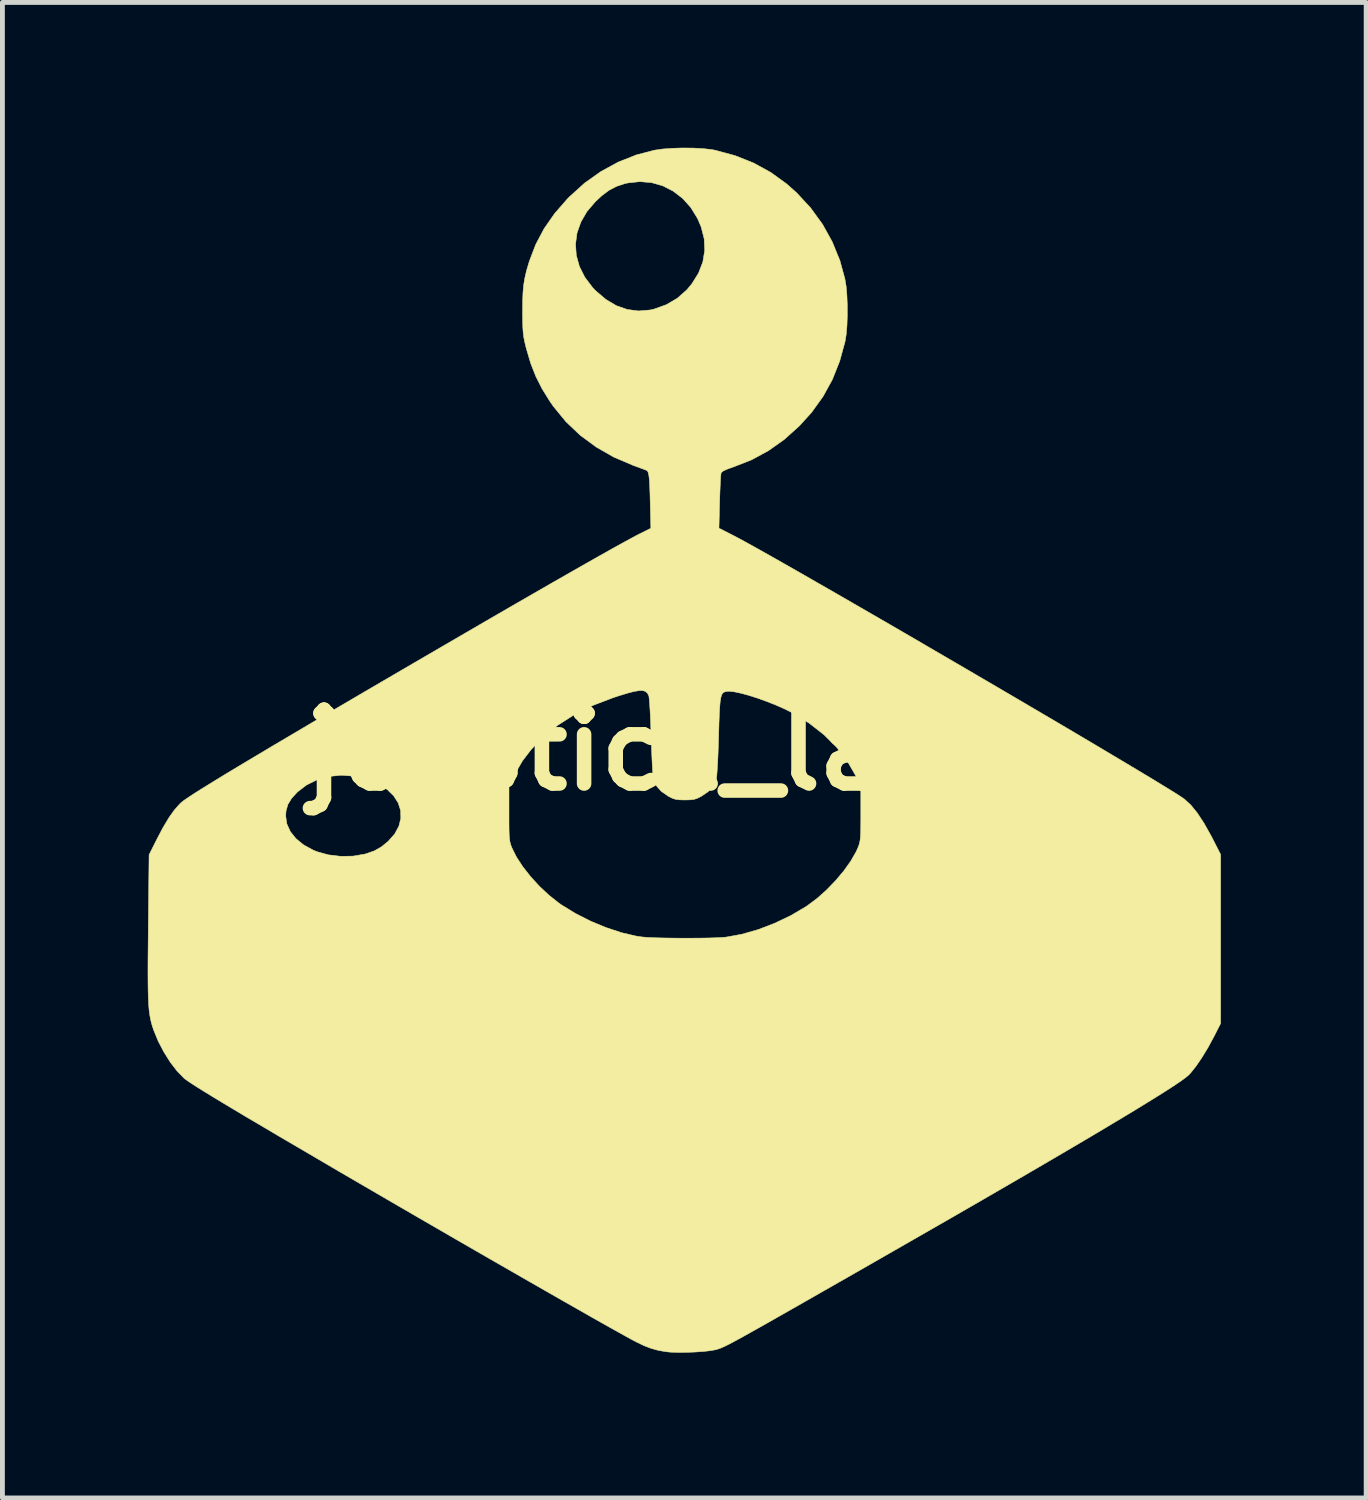
<source format=kicad_pcb>
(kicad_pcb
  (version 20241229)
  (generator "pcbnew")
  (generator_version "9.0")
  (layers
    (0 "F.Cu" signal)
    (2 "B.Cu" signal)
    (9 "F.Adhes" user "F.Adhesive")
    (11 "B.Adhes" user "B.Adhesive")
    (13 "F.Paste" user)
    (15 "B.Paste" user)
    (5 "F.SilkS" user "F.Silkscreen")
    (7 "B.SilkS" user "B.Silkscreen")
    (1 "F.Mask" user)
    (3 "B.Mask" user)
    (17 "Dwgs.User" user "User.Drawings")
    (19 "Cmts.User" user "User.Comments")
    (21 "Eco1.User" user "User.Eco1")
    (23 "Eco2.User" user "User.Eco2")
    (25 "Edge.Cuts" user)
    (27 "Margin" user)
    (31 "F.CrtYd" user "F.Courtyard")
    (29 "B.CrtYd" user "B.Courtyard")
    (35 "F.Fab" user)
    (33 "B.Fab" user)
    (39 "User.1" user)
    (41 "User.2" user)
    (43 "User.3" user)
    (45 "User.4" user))
  (footprint "joystick_large"
    (layer "F.Cu")
    (at 11.078 12.438)
    (property "Reference" "joystick_large" (at 0 0 0) (layer "F.SilkS") (effects (font (size 1.524 1.524) (thickness 0.3))))
    (attr through_hole)
    (fp_poly (pts (xy 0.179 -12.431) (xy 0.385 -12.42) (xy 0.562 -12.4) (xy 0.635 -12.387) (xy 1.046 -12.276) (xy 1.429 -12.124) (xy 1.785 -11.929) (xy 2.114 -11.691) (xy 2.32 -11.508) (xy 2.609 -11.195) (xy 2.855 -10.857) (xy 3.056 -10.494) (xy 3.213 -10.109) (xy 3.317 -9.728) (xy 3.342 -9.576) (xy 3.358 -9.389) (xy 3.366 -9.182) (xy 3.366 -8.968) (xy 3.359 -8.762) (xy 3.343 -8.579) (xy 3.321 -8.441) (xy 3.209 -8.032) (xy 3.058 -7.652) (xy 2.864 -7.3) (xy 2.628 -6.972) (xy 2.376 -6.694) (xy 2.064 -6.414) (xy 1.735 -6.181) (xy 1.388 -5.993) (xy 1.03 -5.853) (xy 0.895 -5.805) (xy 0.807 -5.765) (xy 0.765 -5.731) (xy 0.761 -5.724) (xy 0.755 -5.685) (xy 0.749 -5.604) (xy 0.743 -5.489) (xy 0.737 -5.347) (xy 0.731 -5.187) (xy 0.73 -5.13) (xy 0.716 -4.583) (xy 0.999 -4.439) (xy 1.106 -4.383) (xy 1.252 -4.304) (xy 1.433 -4.204) (xy 1.647 -4.084) (xy 1.892 -3.946) (xy 2.164 -3.791) (xy 2.462 -3.621) (xy 2.782 -3.437) (xy 3.122 -3.242) (xy 3.479 -3.036) (xy 3.851 -2.821) (xy 4.235 -2.599) (xy 4.628 -2.371) (xy 5.027 -2.138) (xy 5.43 -1.903) (xy 5.835 -1.667) (xy 6.238 -1.431) (xy 6.638 -1.197) (xy 7.03 -0.967) (xy 7.414 -0.741) (xy 7.785 -0.523) (xy 8.142 -0.312) (xy 8.481 -0.111) (xy 8.8 0.079) (xy 9.097 0.256) (xy 9.369 0.419) (xy 9.613 0.565) (xy 9.826 0.695) (xy 10.006 0.805) (xy 10.151 0.895) (xy 10.256 0.963) (xy 10.321 1.007) (xy 10.325 1.01) (xy 10.457 1.131) (xy 10.592 1.297) (xy 10.732 1.51) (xy 10.878 1.771) (xy 10.897 1.807) (xy 11.074 2.154) (xy 11.074 3.898) (xy 11.074 5.643) (xy 10.936 5.914) (xy 10.812 6.143) (xy 10.686 6.35) (xy 10.565 6.527) (xy 10.453 6.667) (xy 10.415 6.707) (xy 10.351 6.761) (xy 10.243 6.839) (xy 10.092 6.941) (xy 9.897 7.066) (xy 9.657 7.216) (xy 9.374 7.39) (xy 9.047 7.588) (xy 8.676 7.81) (xy 8.26 8.057) (xy 7.801 8.327) (xy 7.297 8.622) (xy 6.749 8.941) (xy 6.157 9.284) (xy 5.521 9.651) (xy 4.84 10.042) (xy 4.114 10.458) (xy 3.345 10.899) (xy 2.883 11.162) (xy 2.535 11.361) (xy 2.228 11.536) (xy 1.96 11.688) (xy 1.727 11.821) (xy 1.526 11.934) (xy 1.355 12.03) (xy 1.212 12.11) (xy 1.091 12.176) (xy 0.992 12.23) (xy 0.911 12.272) (xy 0.846 12.304) (xy 0.792 12.329) (xy 0.749 12.347) (xy 0.711 12.361) (xy 0.678 12.371) (xy 0.645 12.38) (xy 0.635 12.382) (xy 0.525 12.401) (xy 0.378 12.417) (xy 0.21 12.428) (xy 0.034 12.434) (xy -0.135 12.435) (xy -0.283 12.43) (xy -0.376 12.421) (xy -0.536 12.393) (xy -0.681 12.353) (xy -0.829 12.297) (xy -0.993 12.218) (xy -1.099 12.162) (xy -1.24 12.084) (xy -1.422 11.983) (xy -1.641 11.86) (xy -1.893 11.718) (xy -2.175 11.557) (xy -2.483 11.382) (xy -2.815 11.192) (xy -3.166 10.991) (xy -3.533 10.78) (xy -3.913 10.562) (xy -4.302 10.338) (xy -4.697 10.11) (xy -5.094 9.88) (xy -5.49 9.651) (xy -5.881 9.424) (xy -6.264 9.201) (xy -6.604 9.003) (xy -7.109 8.709) (xy -7.571 8.438) (xy -7.992 8.191) (xy -8.373 7.968) (xy -8.716 7.765) (xy -9.022 7.585) (xy -9.292 7.424) (xy -9.527 7.283) (xy -9.73 7.16) (xy -9.901 7.055) (xy -10.043 6.967) (xy -10.155 6.895) (xy -10.241 6.838) (xy -10.3 6.796) (xy -10.329 6.773) (xy -10.472 6.626) (xy -10.614 6.441) (xy -10.746 6.23) (xy -10.863 6.006) (xy -10.955 5.781) (xy -10.96 5.766) (xy -10.985 5.691) (xy -11.006 5.617) (xy -11.023 5.54) (xy -11.038 5.456) (xy -11.05 5.361) (xy -11.059 5.249) (xy -11.065 5.117) (xy -11.07 4.961) (xy -11.072 4.775) (xy -11.073 4.557) (xy -11.072 4.3) (xy -11.069 4.002) (xy -11.066 3.657) (xy -11.066 3.652) (xy -11.05 2.16) (xy -10.894 1.849) (xy -10.765 1.603) (xy -10.645 1.402) (xy -10.612 1.355) (xy -8.23 1.355) (xy -8.205 1.524) (xy -8.133 1.682) (xy -8.017 1.827) (xy -7.861 1.955) (xy -7.666 2.062) (xy -7.579 2.098) (xy -7.347 2.162) (xy -7.095 2.192) (xy -6.84 2.188) (xy -6.6 2.147) (xy -6.579 2.142) (xy -6.403 2.081) (xy -6.255 1.998) (xy -6.115 1.884) (xy -5.979 1.73) (xy -5.892 1.569) (xy -5.852 1.406) (xy -5.857 1.245) (xy -5.907 1.09) (xy -5.999 0.945) (xy -6.133 0.814) (xy -6.233 0.749) (xy -3.619 0.749) (xy -3.619 1.308) (xy -3.619 1.492) (xy -3.618 1.634) (xy -3.615 1.741) (xy -3.609 1.822) (xy -3.601 1.883) (xy -3.589 1.935) (xy -3.572 1.984) (xy -3.56 2.015) (xy -3.466 2.204) (xy -3.335 2.405) (xy -3.174 2.61) (xy -2.991 2.81) (xy -2.794 2.995) (xy -2.592 3.155) (xy -2.534 3.196) (xy -2.245 3.373) (xy -1.935 3.53) (xy -1.615 3.663) (xy -1.298 3.768) (xy -0.994 3.839) (xy -0.873 3.857) (xy -0.78 3.865) (xy -0.646 3.872) (xy -0.479 3.877) (xy -0.29 3.88) (xy -0.088 3.882) (xy 0.118 3.882) (xy 0.319 3.881) (xy 0.504 3.878) (xy 0.666 3.873) (xy 0.794 3.866) (xy 0.864 3.86) (xy 1.187 3.801) (xy 1.525 3.705) (xy 1.866 3.574) (xy 2.199 3.415) (xy 2.51 3.232) (xy 2.54 3.212) (xy 2.74 3.063) (xy 2.937 2.888) (xy 3.124 2.694) (xy 3.294 2.492) (xy 3.438 2.29) (xy 3.548 2.098) (xy 3.585 2.015) (xy 3.605 1.964) (xy 3.619 1.915) (xy 3.63 1.86) (xy 3.637 1.792) (xy 3.642 1.702) (xy 3.644 1.582) (xy 3.645 1.424) (xy 3.645 1.308) (xy 3.645 0.749) (xy 3.536 0.522) (xy 3.363 0.221) (xy 3.145 -0.06) (xy 2.882 -0.32) (xy 2.577 -0.558) (xy 2.23 -0.771) (xy 2.223 -0.775) (xy 2.069 -0.852) (xy 1.895 -0.929) (xy 1.71 -1.002) (xy 1.523 -1.07) (xy 1.342 -1.128) (xy 1.178 -1.173) (xy 1.038 -1.203) (xy 0.932 -1.215) (xy 0.907 -1.214) (xy 0.862 -1.21) (xy 0.826 -1.199) (xy 0.796 -1.179) (xy 0.773 -1.143) (xy 0.756 -1.087) (xy 0.742 -1.006) (xy 0.732 -0.895) (xy 0.724 -0.749) (xy 0.717 -0.563) (xy 0.711 -0.332) (xy 0.709 -0.276) (xy 0.703 -0.076) (xy 0.696 0.111) (xy 0.688 0.28) (xy 0.679 0.422) (xy 0.671 0.53) (xy 0.663 0.597) (xy 0.66 0.61) (xy 0.599 0.741) (xy 0.49 0.86) (xy 0.351 0.954) (xy 0.273 0.993) (xy 0.204 1.016) (xy 0.123 1.026) (xy 0.013 1.029) (xy -0.099 1.026) (xy -0.179 1.016) (xy -0.248 0.993) (xy -0.326 0.954) (xy -0.476 0.85) (xy -0.58 0.731) (xy -0.635 0.611) (xy -0.642 0.56) (xy -0.651 0.466) (xy -0.659 0.336) (xy -0.667 0.176) (xy -0.675 -0.005) (xy -0.682 -0.201) (xy -0.684 -0.272) (xy -0.691 -0.47) (xy -0.698 -0.653) (xy -0.706 -0.816) (xy -0.715 -0.952) (xy -0.723 -1.052) (xy -0.73 -1.112) (xy -0.733 -1.122) (xy -0.76 -1.175) (xy -0.799 -1.211) (xy -0.853 -1.229) (xy -0.93 -1.229) (xy -1.035 -1.212) (xy -1.173 -1.176) (xy -1.349 -1.122) (xy -1.454 -1.088) (xy -1.881 -0.926) (xy -2.268 -0.734) (xy -2.616 -0.511) (xy -2.926 -0.256) (xy -2.943 -0.24) (xy -3.162 -0.012) (xy -3.341 0.222) (xy -3.489 0.478) (xy -3.51 0.522) (xy -3.619 0.749) (xy -6.233 0.749) (xy -6.307 0.701) (xy -6.52 0.609) (xy -6.557 0.597) (xy -6.823 0.536) (xy -7.087 0.518) (xy -7.341 0.544) (xy -7.581 0.612) (xy -7.799 0.72) (xy -7.988 0.865) (xy -8.107 0.995) (xy -8.184 1.121) (xy -8.222 1.254) (xy -8.23 1.355) (xy -10.612 1.355) (xy -10.531 1.24) (xy -10.42 1.114) (xy -10.382 1.078) (xy -10.329 1.037) (xy -10.237 0.974) (xy -10.108 0.889) (xy -9.939 0.783) (xy -9.73 0.654) (xy -9.482 0.502) (xy -9.193 0.328) (xy -8.863 0.131) (xy -8.493 -0.09) (xy -8.08 -0.334) (xy -7.625 -0.603) (xy -7.128 -0.895) (xy -6.588 -1.212) (xy -6.004 -1.553) (xy -5.588 -1.796) (xy -5.037 -2.117) (xy -4.514 -2.421) (xy -4.021 -2.708) (xy -3.558 -2.976) (xy -3.126 -3.225) (xy -2.728 -3.454) (xy -2.364 -3.662) (xy -2.035 -3.85) (xy -1.743 -4.015) (xy -1.489 -4.158) (xy -1.274 -4.277) (xy -1.1 -4.372) (xy -0.967 -4.443) (xy -0.907 -4.473) (xy -0.69 -4.581) (xy -0.702 -5.066) (xy -0.707 -5.273) (xy -0.713 -5.436) (xy -0.719 -5.559) (xy -0.728 -5.648) (xy -0.738 -5.709) (xy -0.751 -5.748) (xy -0.767 -5.77) (xy -0.782 -5.778) (xy -0.824 -5.794) (xy -0.901 -5.823) (xy -0.999 -5.859) (xy -1.055 -5.879) (xy -1.453 -6.049) (xy -1.817 -6.257) (xy -2.148 -6.501) (xy -2.443 -6.781) (xy -2.702 -7.097) (xy -2.772 -7.197) (xy -2.935 -7.46) (xy -3.065 -7.717) (xy -3.171 -7.986) (xy -3.259 -8.285) (xy -3.271 -8.33) (xy -3.296 -8.434) (xy -3.314 -8.526) (xy -3.326 -8.618) (xy -3.333 -8.721) (xy -3.337 -8.848) (xy -3.339 -9.011) (xy -3.339 -9.055) (xy -3.337 -9.271) (xy -3.33 -9.45) (xy -3.316 -9.604) (xy -3.292 -9.748) (xy -3.258 -9.895) (xy -3.21 -10.058) (xy -3.198 -10.097) (xy -3.066 -10.443) (xy -3.063 -10.448) (xy -2.245 -10.448) (xy -2.229 -10.216) (xy -2.165 -9.986) (xy -2.053 -9.764) (xy -1.893 -9.552) (xy -1.826 -9.482) (xy -1.619 -9.306) (xy -1.402 -9.177) (xy -1.176 -9.098) (xy -0.943 -9.068) (xy -0.705 -9.088) (xy -0.623 -9.107) (xy -0.369 -9.198) (xy -0.144 -9.33) (xy 0.053 -9.504) (xy 0.155 -9.626) (xy 0.294 -9.849) (xy 0.383 -10.079) (xy 0.422 -10.316) (xy 0.411 -10.557) (xy 0.349 -10.802) (xy 0.273 -10.979) (xy 0.135 -11.203) (xy -0.033 -11.391) (xy -0.228 -11.541) (xy -0.443 -11.651) (xy -0.674 -11.717) (xy -0.917 -11.738) (xy -1.164 -11.711) (xy -1.231 -11.696) (xy -1.399 -11.64) (xy -1.552 -11.56) (xy -1.702 -11.448) (xy -1.831 -11.329) (xy -2.007 -11.124) (xy -2.134 -10.906) (xy -2.214 -10.68) (xy -2.245 -10.448) (xy -3.063 -10.448) (xy -2.893 -10.769) (xy -2.677 -11.079) (xy -2.415 -11.38) (xy -2.375 -11.421) (xy -2.059 -11.707) (xy -1.721 -11.947) (xy -1.363 -12.142) (xy -0.986 -12.291) (xy -0.617 -12.387) (xy -0.451 -12.411) (xy -0.254 -12.426) (xy -0.038 -12.433) (xy 0.179 -12.431)) (stroke (width 0.01) (type solid)) (fill yes) (layer "F.SilkS")))
  (gr_rect
    (start -3 -3)
    (end 25.157 27.878)
    (stroke (width 0.1) (type default))
    (fill no)
    (layer "Edge.Cuts")))
</source>
